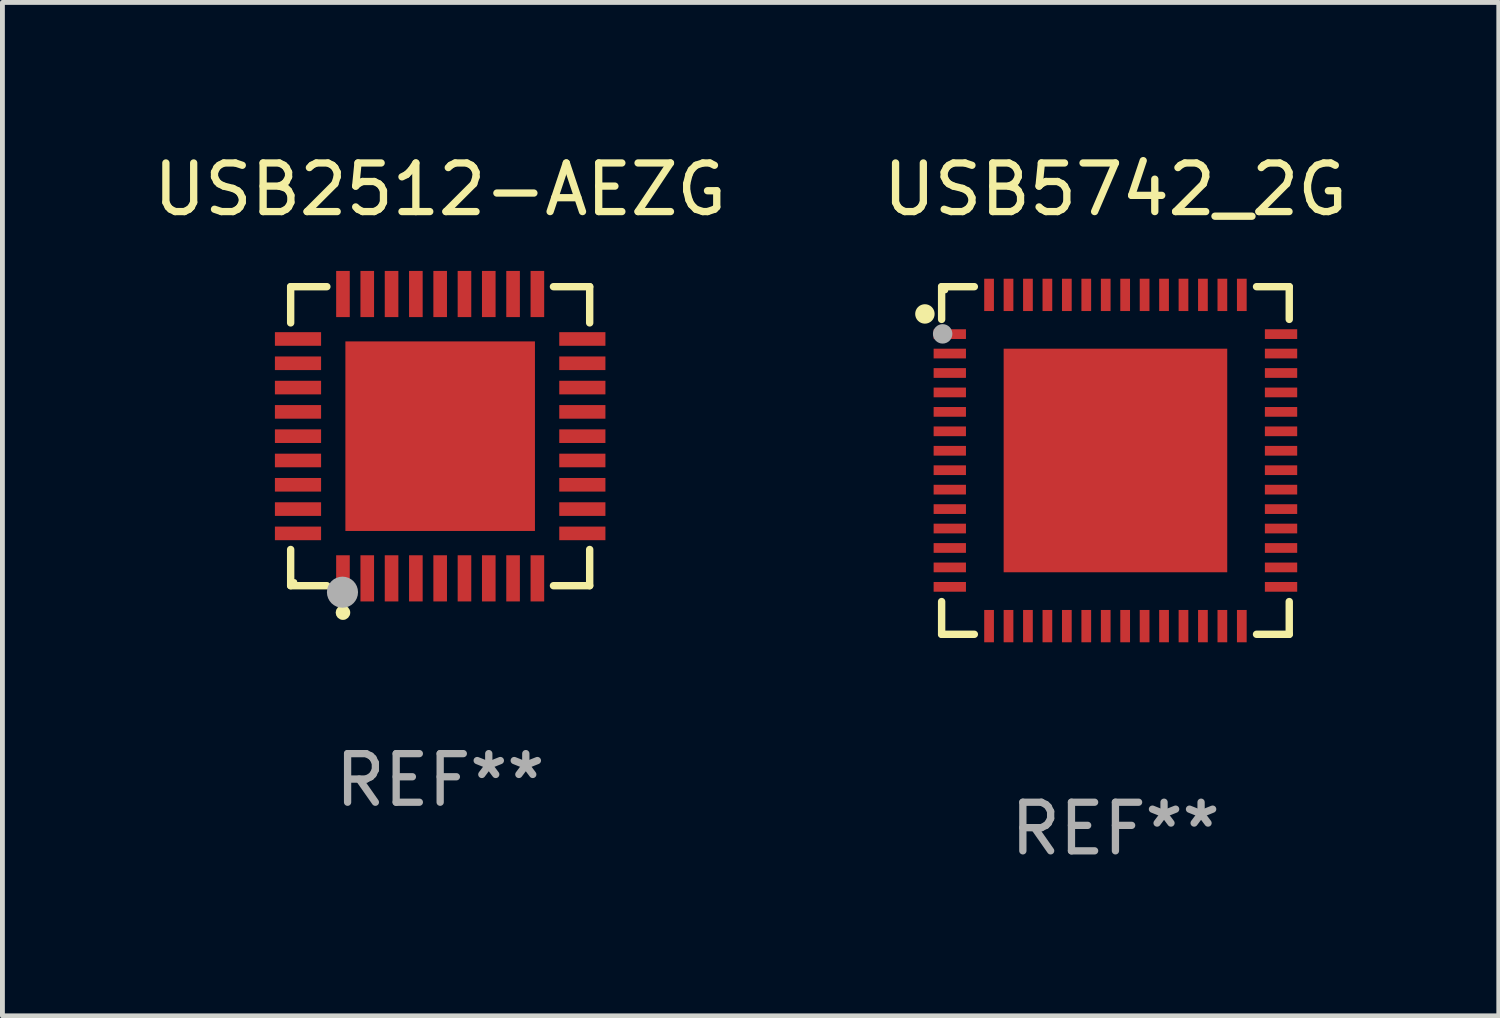
<source format=kicad_pcb>
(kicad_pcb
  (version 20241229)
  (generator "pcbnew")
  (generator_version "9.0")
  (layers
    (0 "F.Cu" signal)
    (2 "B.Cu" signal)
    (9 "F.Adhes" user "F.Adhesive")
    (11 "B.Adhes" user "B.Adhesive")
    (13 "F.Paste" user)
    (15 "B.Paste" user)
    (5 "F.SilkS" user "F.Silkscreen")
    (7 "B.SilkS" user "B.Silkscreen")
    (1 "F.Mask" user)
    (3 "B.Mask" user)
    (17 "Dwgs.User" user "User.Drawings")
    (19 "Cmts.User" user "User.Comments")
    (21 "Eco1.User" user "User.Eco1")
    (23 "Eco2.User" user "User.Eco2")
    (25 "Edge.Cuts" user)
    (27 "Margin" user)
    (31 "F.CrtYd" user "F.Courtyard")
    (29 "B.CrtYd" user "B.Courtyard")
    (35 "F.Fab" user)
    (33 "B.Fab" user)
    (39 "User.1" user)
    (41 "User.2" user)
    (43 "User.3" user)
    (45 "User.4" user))
  (footprint "USB2512-AEZG"
    (layer "F.Cu")
    (at 6.006 5.924)
    (property "Reference" "USB2512-AEZG" (at 0 -5.076 0) (layer "F.SilkS") (effects (font (size 1 1) (thickness 0.15))))
    (attr through_hole)
    (fp_line (start -3.076 -3.076) (end -2.331 -3.076) (stroke (width 0.152) (type solid)) (layer "F.SilkS"))
    (fp_line (start -3.076 -2.331) (end -3.076 -3.076) (stroke (width 0.152) (type solid)) (layer "F.SilkS"))
    (fp_line (start -3.076 2.331) (end -3.076 3.076) (stroke (width 0.152) (type solid)) (layer "F.SilkS"))
    (fp_line (start -3.076 3.076) (end -2.331 3.076) (stroke (width 0.152) (type solid)) (layer "F.SilkS"))
    (fp_line (start 3.076 -3.076) (end 2.331 -3.076) (stroke (width 0.152) (type solid)) (layer "F.SilkS"))
    (fp_line (start 3.076 -2.331) (end 3.076 -3.076) (stroke (width 0.152) (type solid)) (layer "F.SilkS"))
    (fp_line (start 3.076 2.331) (end 3.076 3.076) (stroke (width 0.152) (type solid)) (layer "F.SilkS"))
    (fp_line (start 3.076 3.076) (end 2.331 3.076) (stroke (width 0.152) (type solid)) (layer "F.SilkS"))
    (fp_circle (center -3 3) (end -2.97 3) (stroke (width 0.06) (type solid)) (fill no) (layer "F.SilkS"))
    (fp_circle (center -2 3.63) (end -1.925 3.63) (stroke (width 0.15) (type solid)) (fill no) (layer "F.SilkS"))
    (fp_circle (center -2.01 3.21) (end -1.85 3.21) (stroke (width 0.32) (type solid)) (fill no) (layer "F.Fab"))
    (fp_text user "REF**" (at 0 7.076 0) (layer "F.Fab") (effects (font (size 1 1) (thickness 0.15))))
    (pad "1" smd rect (at -2 2.925) (size 0.28 0.95) (layers "F.Cu" "F.Mask" "F.Paste"))
    (pad "2" smd rect (at -1.5 2.925) (size 0.28 0.95) (layers "F.Cu" "F.Mask" "F.Paste"))
    (pad "3" smd rect (at -1 2.925) (size 0.28 0.95) (layers "F.Cu" "F.Mask" "F.Paste"))
    (pad "4" smd rect (at -0.5 2.925) (size 0.28 0.95) (layers "F.Cu" "F.Mask" "F.Paste"))
    (pad "5" smd rect (at 0 2.925) (size 0.28 0.95) (layers "F.Cu" "F.Mask" "F.Paste"))
    (pad "6" smd rect (at 0.5 2.925) (size 0.28 0.95) (layers "F.Cu" "F.Mask" "F.Paste"))
    (pad "7" smd rect (at 1 2.925) (size 0.28 0.95) (layers "F.Cu" "F.Mask" "F.Paste"))
    (pad "8" smd rect (at 1.5 2.925) (size 0.28 0.95) (layers "F.Cu" "F.Mask" "F.Paste"))
    (pad "9" smd rect (at 2 2.925) (size 0.28 0.95) (layers "F.Cu" "F.Mask" "F.Paste"))
    (pad "10" smd rect (at 2.925 2) (size 0.95 0.28) (layers "F.Cu" "F.Mask" "F.Paste"))
    (pad "11" smd rect (at 2.925 1.5) (size 0.95 0.28) (layers "F.Cu" "F.Mask" "F.Paste"))
    (pad "12" smd rect (at 2.925 1) (size 0.95 0.28) (layers "F.Cu" "F.Mask" "F.Paste"))
    (pad "13" smd rect (at 2.925 0.5) (size 0.95 0.28) (layers "F.Cu" "F.Mask" "F.Paste"))
    (pad "14" smd rect (at 2.925 0) (size 0.95 0.28) (layers "F.Cu" "F.Mask" "F.Paste"))
    (pad "15" smd rect (at 2.925 -0.5) (size 0.95 0.28) (layers "F.Cu" "F.Mask" "F.Paste"))
    (pad "16" smd rect (at 2.925 -1) (size 0.95 0.28) (layers "F.Cu" "F.Mask" "F.Paste"))
    (pad "17" smd rect (at 2.925 -1.5) (size 0.95 0.28) (layers "F.Cu" "F.Mask" "F.Paste"))
    (pad "18" smd rect (at 2.925 -2) (size 0.95 0.28) (layers "F.Cu" "F.Mask" "F.Paste"))
    (pad "19" smd rect (at 2 -2.925) (size 0.28 0.95) (layers "F.Cu" "F.Mask" "F.Paste"))
    (pad "20" smd rect (at 1.5 -2.925) (size 0.28 0.95) (layers "F.Cu" "F.Mask" "F.Paste"))
    (pad "21" smd rect (at 1 -2.925) (size 0.28 0.95) (layers "F.Cu" "F.Mask" "F.Paste"))
    (pad "22" smd rect (at 0.5 -2.925) (size 0.28 0.95) (layers "F.Cu" "F.Mask" "F.Paste"))
    (pad "23" smd rect (at 0 -2.925) (size 0.28 0.95) (layers "F.Cu" "F.Mask" "F.Paste"))
    (pad "24" smd rect (at -0.5 -2.925) (size 0.28 0.95) (layers "F.Cu" "F.Mask" "F.Paste"))
    (pad "25" smd rect (at -1 -2.925) (size 0.28 0.95) (layers "F.Cu" "F.Mask" "F.Paste"))
    (pad "26" smd rect (at -1.5 -2.925) (size 0.28 0.95) (layers "F.Cu" "F.Mask" "F.Paste"))
    (pad "27" smd rect (at -2 -2.925) (size 0.28 0.95) (layers "F.Cu" "F.Mask" "F.Paste"))
    (pad "28" smd rect (at -2.925 -2) (size 0.95 0.28) (layers "F.Cu" "F.Mask" "F.Paste"))
    (pad "29" smd rect (at -2.925 -1.5) (size 0.95 0.28) (layers "F.Cu" "F.Mask" "F.Paste"))
    (pad "30" smd rect (at -2.925 -1) (size 0.95 0.28) (layers "F.Cu" "F.Mask" "F.Paste"))
    (pad "31" smd rect (at -2.925 -0.5) (size 0.95 0.28) (layers "F.Cu" "F.Mask" "F.Paste"))
    (pad "32" smd rect (at -2.925 0) (size 0.95 0.28) (layers "F.Cu" "F.Mask" "F.Paste"))
    (pad "33" smd rect (at -2.925 0.5) (size 0.95 0.28) (layers "F.Cu" "F.Mask" "F.Paste"))
    (pad "34" smd rect (at -2.925 1) (size 0.95 0.28) (layers "F.Cu" "F.Mask" "F.Paste"))
    (pad "35" smd rect (at -2.925 1.5) (size 0.95 0.28) (layers "F.Cu" "F.Mask" "F.Paste"))
    (pad "36" smd rect (at -2.925 2) (size 0.95 0.28) (layers "F.Cu" "F.Mask" "F.Paste"))
    (pad "37" smd rect (at 0 0) (size 3.9 3.9) (layers "F.Cu" "F.Mask" "F.Paste")))
  (footprint "USB5742_2G"
    (layer "F.Cu")
    (at 19.899 6.424)
    (property "Reference" "USB5742_2G" (at 0 -5.576 0) (layer "F.SilkS") (effects (font (size 1 1) (thickness 0.15))))
    (attr through_hole)
    (fp_line (start -3.576 -3.576) (end -3.576 -2.903) (stroke (width 0.152) (type solid)) (layer "F.SilkS"))
    (fp_line (start -3.576 3.576) (end -3.576 2.903) (stroke (width 0.152) (type solid)) (layer "F.SilkS"))
    (fp_line (start -2.903 -3.576) (end -3.576 -3.576) (stroke (width 0.152) (type solid)) (layer "F.SilkS"))
    (fp_line (start -2.903 3.576) (end -3.576 3.576) (stroke (width 0.152) (type solid)) (layer "F.SilkS"))
    (fp_line (start 2.903 -3.576) (end 3.576 -3.576) (stroke (width 0.152) (type solid)) (layer "F.SilkS"))
    (fp_line (start 2.903 3.576) (end 3.576 3.576) (stroke (width 0.152) (type solid)) (layer "F.SilkS"))
    (fp_line (start 3.576 -3.576) (end 3.576 -2.903) (stroke (width 0.152) (type solid)) (layer "F.SilkS"))
    (fp_line (start 3.576 3.576) (end 3.576 2.903) (stroke (width 0.152) (type solid)) (layer "F.SilkS"))
    (fp_circle (center -3.92 -3.015) (end -3.82 -3.015) (stroke (width 0.2) (type solid)) (fill no) (layer "F.SilkS"))
    (fp_circle (center -3.5 -3.5) (end -3.47 -3.5) (stroke (width 0.06) (type solid)) (fill no) (layer "F.SilkS"))
    (fp_circle (center -3.555 -2.605) (end -3.455 -2.605) (stroke (width 0.2) (type solid)) (fill no) (layer "F.Fab"))
    (fp_text user "REF**" (at 0 7.576 0) (layer "F.Fab") (effects (font (size 1 1) (thickness 0.15))))
    (pad "1" smd rect (at -3.408 -2.6) (size 0.665 0.2) (layers "F.Cu" "F.Mask" "F.Paste"))
    (pad "2" smd rect (at -3.408 -2.2) (size 0.665 0.2) (layers "F.Cu" "F.Mask" "F.Paste"))
    (pad "3" smd rect (at -3.408 -1.8) (size 0.665 0.2) (layers "F.Cu" "F.Mask" "F.Paste"))
    (pad "4" smd rect (at -3.408 -1.4) (size 0.665 0.2) (layers "F.Cu" "F.Mask" "F.Paste"))
    (pad "5" smd rect (at -3.408 -1) (size 0.665 0.2) (layers "F.Cu" "F.Mask" "F.Paste"))
    (pad "6" smd rect (at -3.408 -0.6) (size 0.665 0.2) (layers "F.Cu" "F.Mask" "F.Paste"))
    (pad "7" smd rect (at -3.408 -0.2) (size 0.665 0.2) (layers "F.Cu" "F.Mask" "F.Paste"))
    (pad "8" smd rect (at -3.408 0.2) (size 0.665 0.2) (layers "F.Cu" "F.Mask" "F.Paste"))
    (pad "9" smd rect (at -3.408 0.6) (size 0.665 0.2) (layers "F.Cu" "F.Mask" "F.Paste"))
    (pad "10" smd rect (at -3.408 1) (size 0.665 0.2) (layers "F.Cu" "F.Mask" "F.Paste"))
    (pad "11" smd rect (at -3.408 1.4) (size 0.665 0.2) (layers "F.Cu" "F.Mask" "F.Paste"))
    (pad "12" smd rect (at -3.408 1.8) (size 0.665 0.2) (layers "F.Cu" "F.Mask" "F.Paste"))
    (pad "13" smd rect (at -3.408 2.2) (size 0.665 0.2) (layers "F.Cu" "F.Mask" "F.Paste"))
    (pad "14" smd rect (at -3.408 2.6) (size 0.665 0.2) (layers "F.Cu" "F.Mask" "F.Paste"))
    (pad "15" smd rect (at -2.6 3.408) (size 0.2 0.665) (layers "F.Cu" "F.Mask" "F.Paste"))
    (pad "16" smd rect (at -2.2 3.408) (size 0.2 0.665) (layers "F.Cu" "F.Mask" "F.Paste"))
    (pad "17" smd rect (at -1.8 3.408) (size 0.2 0.665) (layers "F.Cu" "F.Mask" "F.Paste"))
    (pad "18" smd rect (at -1.4 3.408) (size 0.2 0.665) (layers "F.Cu" "F.Mask" "F.Paste"))
    (pad "19" smd rect (at -1 3.408) (size 0.2 0.665) (layers "F.Cu" "F.Mask" "F.Paste"))
    (pad "20" smd rect (at -0.6 3.408) (size 0.2 0.665) (layers "F.Cu" "F.Mask" "F.Paste"))
    (pad "21" smd rect (at -0.2 3.408) (size 0.2 0.665) (layers "F.Cu" "F.Mask" "F.Paste"))
    (pad "22" smd rect (at 0.2 3.408) (size 0.2 0.665) (layers "F.Cu" "F.Mask" "F.Paste"))
    (pad "23" smd rect (at 0.6 3.408) (size 0.2 0.665) (layers "F.Cu" "F.Mask" "F.Paste"))
    (pad "24" smd rect (at 1 3.408) (size 0.2 0.665) (layers "F.Cu" "F.Mask" "F.Paste"))
    (pad "25" smd rect (at 1.4 3.408) (size 0.2 0.665) (layers "F.Cu" "F.Mask" "F.Paste"))
    (pad "26" smd rect (at 1.8 3.408) (size 0.2 0.665) (layers "F.Cu" "F.Mask" "F.Paste"))
    (pad "27" smd rect (at 2.2 3.408) (size 0.2 0.665) (layers "F.Cu" "F.Mask" "F.Paste"))
    (pad "28" smd rect (at 2.6 3.408) (size 0.2 0.665) (layers "F.Cu" "F.Mask" "F.Paste"))
    (pad "29" smd rect (at 3.407 2.6) (size 0.665 0.2) (layers "F.Cu" "F.Mask" "F.Paste"))
    (pad "30" smd rect (at 3.407 2.2) (size 0.665 0.2) (layers "F.Cu" "F.Mask" "F.Paste"))
    (pad "31" smd rect (at 3.407 1.8) (size 0.665 0.2) (layers "F.Cu" "F.Mask" "F.Paste"))
    (pad "32" smd rect (at 3.407 1.4) (size 0.665 0.2) (layers "F.Cu" "F.Mask" "F.Paste"))
    (pad "33" smd rect (at 3.407 1) (size 0.665 0.2) (layers "F.Cu" "F.Mask" "F.Paste"))
    (pad "34" smd rect (at 3.407 0.6) (size 0.665 0.2) (layers "F.Cu" "F.Mask" "F.Paste"))
    (pad "35" smd rect (at 3.407 0.2) (size 0.665 0.2) (layers "F.Cu" "F.Mask" "F.Paste"))
    (pad "36" smd rect (at 3.407 -0.2) (size 0.665 0.2) (layers "F.Cu" "F.Mask" "F.Paste"))
    (pad "37" smd rect (at 3.407 -0.6) (size 0.665 0.2) (layers "F.Cu" "F.Mask" "F.Paste"))
    (pad "38" smd rect (at 3.407 -1) (size 0.665 0.2) (layers "F.Cu" "F.Mask" "F.Paste"))
    (pad "39" smd rect (at 3.407 -1.4) (size 0.665 0.2) (layers "F.Cu" "F.Mask" "F.Paste"))
    (pad "40" smd rect (at 3.407 -1.8) (size 0.665 0.2) (layers "F.Cu" "F.Mask" "F.Paste"))
    (pad "41" smd rect (at 3.407 -2.2) (size 0.665 0.2) (layers "F.Cu" "F.Mask" "F.Paste"))
    (pad "42" smd rect (at 3.407 -2.6) (size 0.665 0.2) (layers "F.Cu" "F.Mask" "F.Paste"))
    (pad "43" smd rect (at 2.6 -3.407) (size 0.2 0.665) (layers "F.Cu" "F.Mask" "F.Paste"))
    (pad "44" smd rect (at 2.2 -3.407) (size 0.2 0.665) (layers "F.Cu" "F.Mask" "F.Paste"))
    (pad "45" smd rect (at 1.8 -3.407) (size 0.2 0.665) (layers "F.Cu" "F.Mask" "F.Paste"))
    (pad "46" smd rect (at 1.4 -3.407) (size 0.2 0.665) (layers "F.Cu" "F.Mask" "F.Paste"))
    (pad "47" smd rect (at 1 -3.407) (size 0.2 0.665) (layers "F.Cu" "F.Mask" "F.Paste"))
    (pad "48" smd rect (at 0.6 -3.407) (size 0.2 0.665) (layers "F.Cu" "F.Mask" "F.Paste"))
    (pad "49" smd rect (at 0.2 -3.407) (size 0.2 0.665) (layers "F.Cu" "F.Mask" "F.Paste"))
    (pad "50" smd rect (at -0.2 -3.407) (size 0.2 0.665) (layers "F.Cu" "F.Mask" "F.Paste"))
    (pad "51" smd rect (at -0.6 -3.407) (size 0.2 0.665) (layers "F.Cu" "F.Mask" "F.Paste"))
    (pad "52" smd rect (at -1 -3.407) (size 0.2 0.665) (layers "F.Cu" "F.Mask" "F.Paste"))
    (pad "53" smd rect (at -1.4 -3.407) (size 0.2 0.665) (layers "F.Cu" "F.Mask" "F.Paste"))
    (pad "54" smd rect (at -1.8 -3.407) (size 0.2 0.665) (layers "F.Cu" "F.Mask" "F.Paste"))
    (pad "55" smd rect (at -2.2 -3.407) (size 0.2 0.665) (layers "F.Cu" "F.Mask" "F.Paste"))
    (pad "56" smd rect (at -2.6 -3.407) (size 0.2 0.665) (layers "F.Cu" "F.Mask" "F.Paste"))
    (pad "57" smd rect (at 0.000051 -0.000051) (size 4.6 4.6) (layers "F.Cu" "F.Mask" "F.Paste")))
  (gr_rect
    (start -3 -3)
    (end 27.786 17.849)
    (stroke (width 0.1) (type default))
    (fill no)
    (layer "Edge.Cuts")))
</source>
